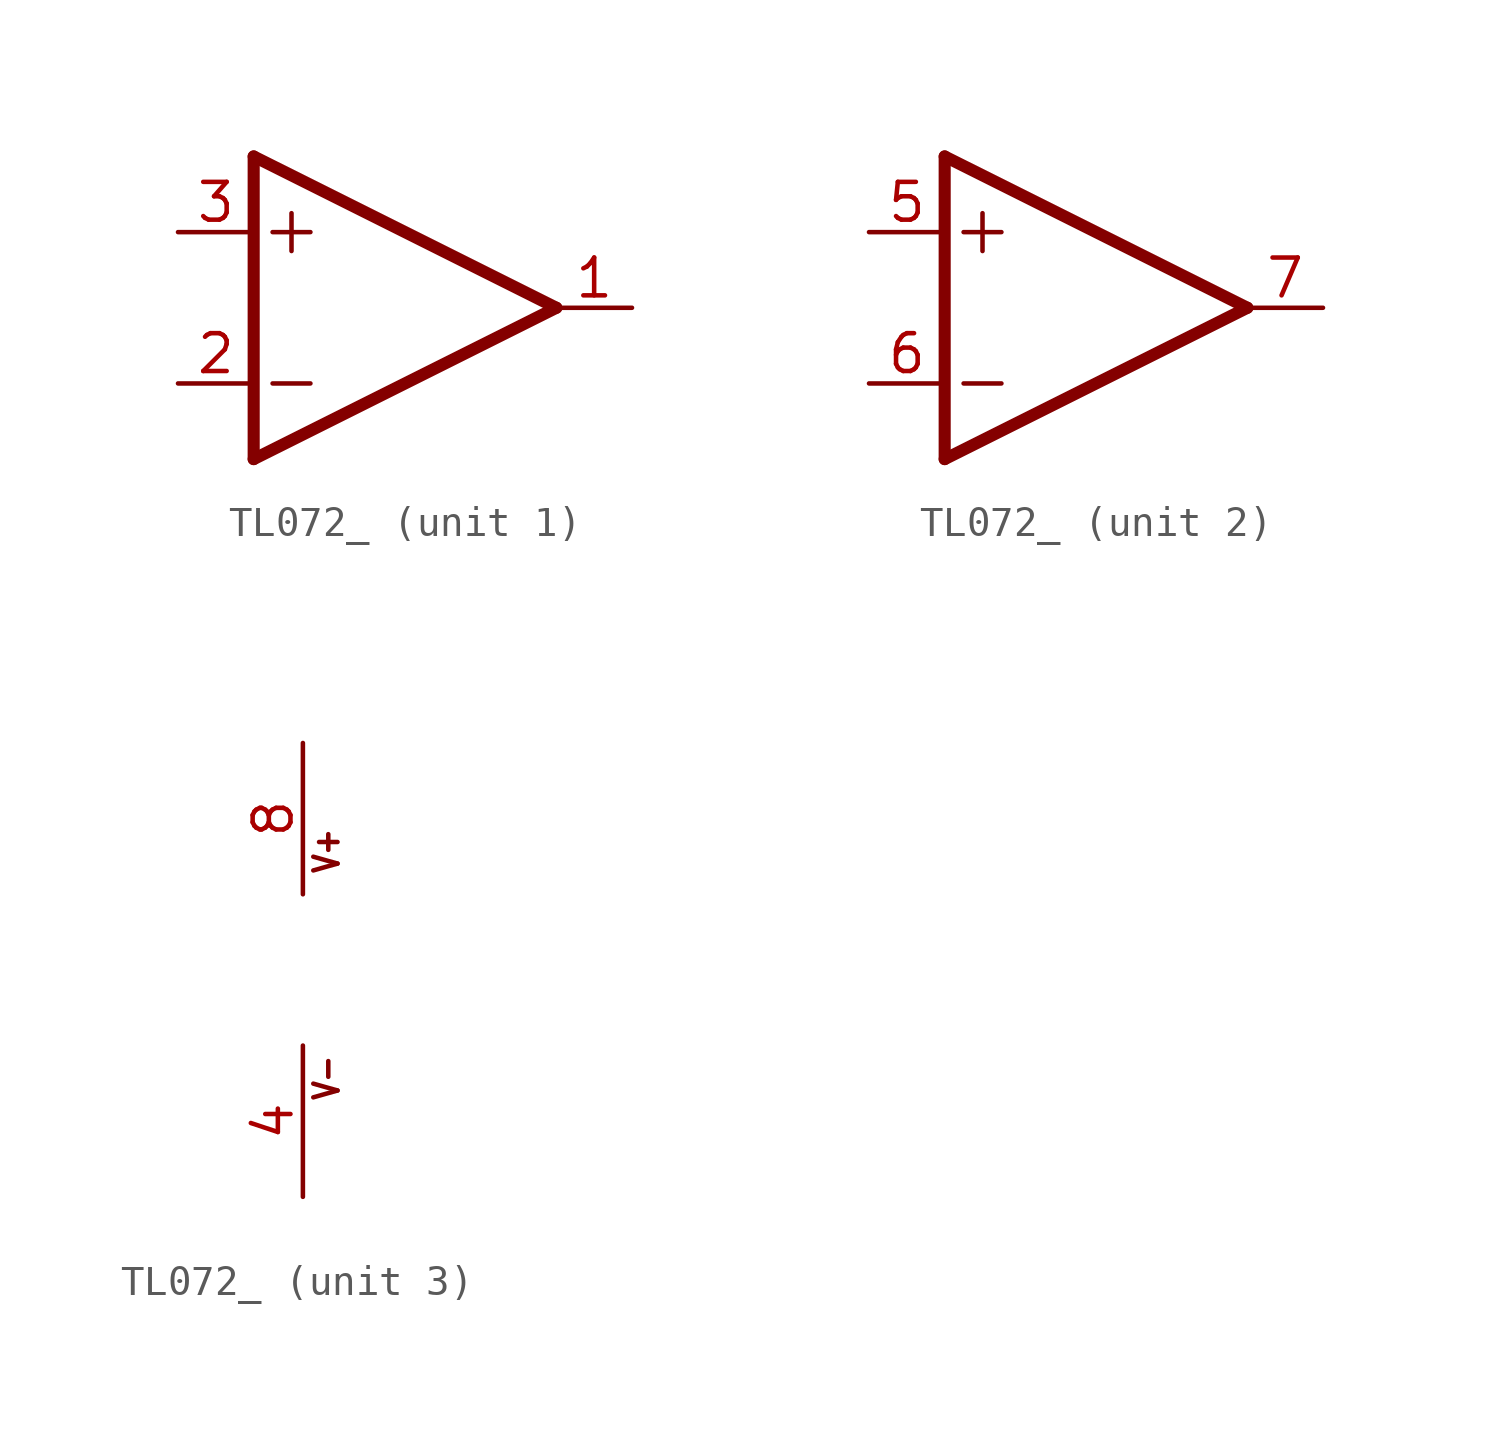
<source format=kicad_sym>
(kicad_symbol_lib
  (version 20211014)
  (generator kicad_symbol_editor)
  (symbol "TL072_"
    (property "Reference" "U"
      (at 2.54 3.175 0)
      (effects (font (size 1.778 1.511)) (justify left bottom) hide))
    (property "ki_locked" ""
      (at 0 0 0)
      (effects (font (size 1.27 1.27))))
    (symbol "TL072__1_0"
      (polyline (pts (xy -5.08 -5.08) (xy 5.08 0)) (stroke (width 0.406) (type default) (color 0 0 0 0)) (fill (type none)))
      (polyline (pts (xy -5.08 5.08) (xy -5.08 -5.08)) (stroke (width 0.406) (type default) (color 0 0 0 0)) (fill (type none)))
      (polyline (pts (xy -4.445 -2.54) (xy -3.175 -2.54)) (stroke (width 0.152) (type default) (color 0 0 0 0)) (fill (type none)))
      (polyline (pts (xy -4.445 2.54) (xy -3.175 2.54)) (stroke (width 0.152) (type default) (color 0 0 0 0)) (fill (type none)))
      (polyline (pts (xy -3.81 3.175) (xy -3.81 1.905)) (stroke (width 0.152) (type default) (color 0 0 0 0)) (fill (type none)))
      (polyline (pts (xy 5.08 0) (xy -5.08 5.08)) (stroke (width 0.406) (type default) (color 0 0 0 0)) (fill (type none)))
      (pin output line (at 7.62 0 180) (length 2.54) (name "OUT" (effects (font (size 0 0)))) (number "1" (effects (font (size 1.27 1.27)))))
      (pin input line (at -7.62 -2.54 0) (length 2.54) (name "-IN" (effects (font (size 0 0)))) (number "2" (effects (font (size 1.27 1.27)))))
      (pin input line (at -7.62 2.54 0) (length 2.54) (name "+IN" (effects (font (size 0 0)))) (number "3" (effects (font (size 1.27 1.27))))))
    (symbol "TL072__2_0"
      (polyline (pts (xy -5.08 -5.08) (xy 5.08 0)) (stroke (width 0.406) (type default) (color 0 0 0 0)) (fill (type none)))
      (polyline (pts (xy -5.08 5.08) (xy -5.08 -5.08)) (stroke (width 0.406) (type default) (color 0 0 0 0)) (fill (type none)))
      (polyline (pts (xy -4.445 -2.54) (xy -3.175 -2.54)) (stroke (width 0.152) (type default) (color 0 0 0 0)) (fill (type none)))
      (polyline (pts (xy -4.445 2.54) (xy -3.175 2.54)) (stroke (width 0.152) (type default) (color 0 0 0 0)) (fill (type none)))
      (polyline (pts (xy -3.81 3.175) (xy -3.81 1.905)) (stroke (width 0.152) (type default) (color 0 0 0 0)) (fill (type none)))
      (polyline (pts (xy 5.08 0) (xy -5.08 5.08)) (stroke (width 0.406) (type default) (color 0 0 0 0)) (fill (type none)))
      (pin input line (at -7.62 2.54 0) (length 2.54) (name "+IN" (effects (font (size 0 0)))) (number "5" (effects (font (size 1.27 1.27)))))
      (pin input line (at -7.62 -2.54 0) (length 2.54) (name "-IN" (effects (font (size 0 0)))) (number "6" (effects (font (size 1.27 1.27)))))
      (pin output line (at 7.62 0 180) (length 2.54) (name "OUT" (effects (font (size 0 0)))) (number "7" (effects (font (size 1.27 1.27))))))
    (symbol "TL072__3_0"
      (text "V+" (at 1.27 3.175 900) (effects (font (size 0.813 0.691)) (justify left bottom)))
      (text "V-" (at 1.27 -4.445 900) (effects (font (size 0.813 0.691)) (justify left bottom)))
      (pin power_in line (at 0 -7.62 90) (length 5.08) (name "V-" (effects (font (size 0 0)))) (number "4" (effects (font (size 1.27 1.27)))))
      (pin power_in line (at 0 7.62 270) (length 5.08) (name "V+" (effects (font (size 0 0)))) (number "8" (effects (font (size 1.27 1.27))))))))
</source>
